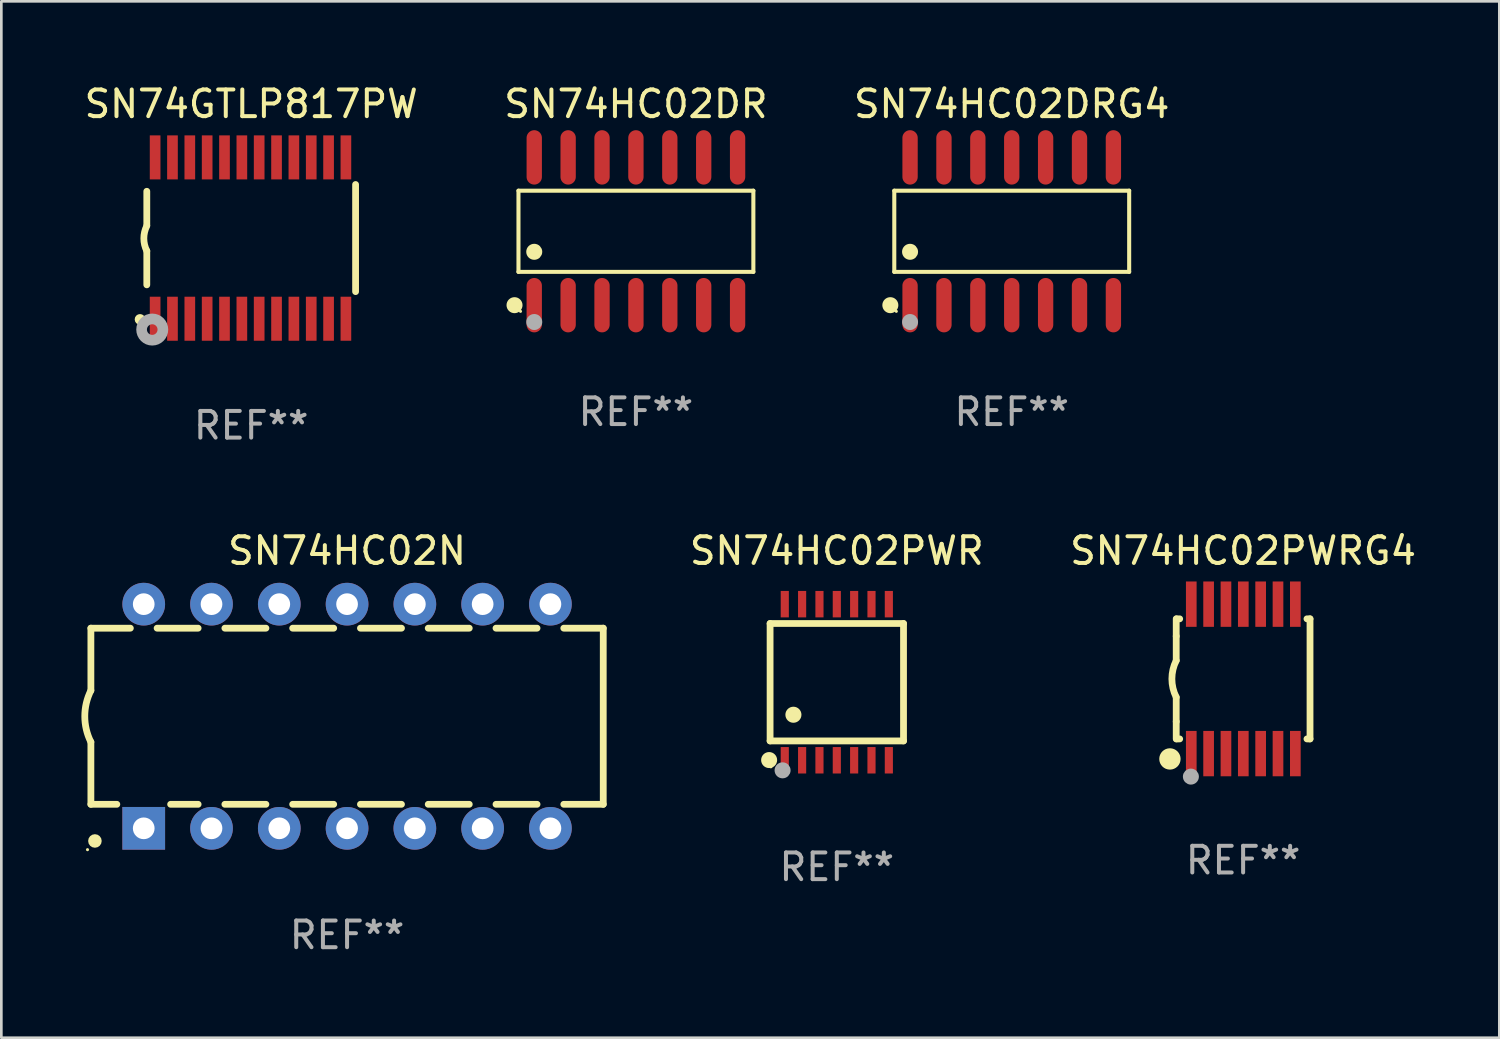
<source format=kicad_pcb>
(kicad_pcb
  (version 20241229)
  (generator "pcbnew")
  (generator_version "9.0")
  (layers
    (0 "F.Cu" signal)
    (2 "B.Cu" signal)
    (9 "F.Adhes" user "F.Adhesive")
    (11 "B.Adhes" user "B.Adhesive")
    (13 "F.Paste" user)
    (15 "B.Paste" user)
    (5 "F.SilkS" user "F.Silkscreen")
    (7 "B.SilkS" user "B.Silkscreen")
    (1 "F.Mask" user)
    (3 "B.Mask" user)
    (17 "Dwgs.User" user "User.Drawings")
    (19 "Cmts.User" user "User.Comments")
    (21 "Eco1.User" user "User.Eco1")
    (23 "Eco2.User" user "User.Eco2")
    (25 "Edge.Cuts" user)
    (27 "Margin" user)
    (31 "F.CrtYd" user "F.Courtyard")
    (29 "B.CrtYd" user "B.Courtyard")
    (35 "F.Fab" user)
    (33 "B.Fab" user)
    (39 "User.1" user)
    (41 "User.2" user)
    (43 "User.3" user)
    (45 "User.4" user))
  (footprint "SN74HC02PWR"
    (layer "F.Cu")
    (at 28.308 22.515)
    (property "Reference" "SN74HC02PWR" (at 0 -4.925 0) (layer "F.SilkS") (effects (font (size 1 1) (thickness 0.15))))
    (attr through_hole)
    (fp_line (start -2.5 2.2) (end -2.5 -2.2) (stroke (width 0.254) (type solid)) (layer "F.SilkS"))
    (fp_line (start -2.5 2.2) (end 2.5 2.2) (stroke (width 0.254) (type solid)) (layer "F.SilkS"))
    (fp_line (start 2.5 -2.2) (end -2.5 -2.2) (stroke (width 0.254) (type solid)) (layer "F.SilkS"))
    (fp_line (start 2.5 -2.2) (end 2.5 2.2) (stroke (width 0.254) (type solid)) (layer "F.SilkS"))
    (fp_circle (center -2.536 2.917) (end -2.386 2.917) (stroke (width 0.3) (type solid)) (fill no) (layer "F.SilkS"))
    (fp_circle (center -2.47 3.17) (end -2.44 3.17) (stroke (width 0.06) (type solid)) (fill no) (layer "F.SilkS"))
    (fp_circle (center -1.626 1.219) (end -1.475 1.219) (stroke (width 0.3) (type solid)) (fill no) (layer "F.SilkS"))
    (fp_circle (center -2.032 3.302) (end -1.882 3.302) (stroke (width 0.3) (type solid)) (fill no) (layer "F.Fab"))
    (fp_text user "REF**" (at 0 6.925 0) (layer "F.Fab") (effects (font (size 1 1) (thickness 0.15))))
    (pad "1" smd rect (at -1.95 2.925) (size 0.305 0.991) (layers "F.Cu" "F.Mask" "F.Paste"))
    (pad "2" smd rect (at -1.3 2.925) (size 0.305 0.991) (layers "F.Cu" "F.Mask" "F.Paste"))
    (pad "3" smd rect (at -0.65 2.925) (size 0.305 0.991) (layers "F.Cu" "F.Mask" "F.Paste"))
    (pad "4" smd rect (at 0 2.925) (size 0.305 0.991) (layers "F.Cu" "F.Mask" "F.Paste"))
    (pad "5" smd rect (at 0.65 2.925) (size 0.305 0.991) (layers "F.Cu" "F.Mask" "F.Paste"))
    (pad "6" smd rect (at 1.3 2.925) (size 0.305 0.991) (layers "F.Cu" "F.Mask" "F.Paste"))
    (pad "7" smd rect (at 1.95 2.925) (size 0.305 0.991) (layers "F.Cu" "F.Mask" "F.Paste"))
    (pad "8" smd rect (at 1.95 -2.925) (size 0.305 0.991) (layers "F.Cu" "F.Mask" "F.Paste"))
    (pad "9" smd rect (at 1.3 -2.925) (size 0.305 0.991) (layers "F.Cu" "F.Mask" "F.Paste"))
    (pad "10" smd rect (at 0.65 -2.925) (size 0.305 0.991) (layers "F.Cu" "F.Mask" "F.Paste"))
    (pad "11" smd rect (at 0 -2.925) (size 0.305 0.991) (layers "F.Cu" "F.Mask" "F.Paste"))
    (pad "12" smd rect (at -0.65 -2.925) (size 0.305 0.991) (layers "F.Cu" "F.Mask" "F.Paste"))
    (pad "13" smd rect (at -1.3 -2.925) (size 0.305 0.991) (layers "F.Cu" "F.Mask" "F.Paste"))
    (pad "14" smd rect (at -1.95 -2.925) (size 0.305 0.991) (layers "F.Cu" "F.Mask" "F.Paste")))
  (footprint "SN74HC02DR"
    (layer "F.Cu")
    (at 20.78 5.617)
    (property "Reference" "SN74HC02DR" (at 0 -4.769 0) (layer "F.SilkS") (effects (font (size 1 1) (thickness 0.15))))
    (attr through_hole)
    (fp_line (start -4.401 -1.521) (end 4.401 -1.521) (stroke (width 0.152) (type solid)) (layer "F.SilkS"))
    (fp_line (start -4.401 1.521) (end -4.401 -1.521) (stroke (width 0.152) (type solid)) (layer "F.SilkS"))
    (fp_line (start 4.401 -1.521) (end 4.401 1.521) (stroke (width 0.152) (type solid)) (layer "F.SilkS"))
    (fp_line (start 4.401 1.521) (end -4.401 1.521) (stroke (width 0.152) (type solid)) (layer "F.SilkS"))
    (fp_circle (center -4.549 2.769) (end -4.399 2.769) (stroke (width 0.3) (type solid)) (fill no) (layer "F.SilkS"))
    (fp_circle (center -4.325 3) (end -4.295 3) (stroke (width 0.06) (type solid)) (fill no) (layer "F.SilkS"))
    (fp_circle (center -3.81 0.769) (end -3.66 0.769) (stroke (width 0.3) (type solid)) (fill no) (layer "F.SilkS"))
    (fp_circle (center -3.81 3.4) (end -3.66 3.4) (stroke (width 0.3) (type solid)) (fill no) (layer "F.Fab"))
    (fp_text user "REF**" (at 0 6.769 0) (layer "F.Fab") (effects (font (size 1 1) (thickness 0.15))))
    (pad "1" smd oval (at -3.81 2.769) (size 0.574 2.038) (layers "F.Cu" "F.Mask" "F.Paste"))
    (pad "2" smd oval (at -2.54 2.769) (size 0.574 2.038) (layers "F.Cu" "F.Mask" "F.Paste"))
    (pad "3" smd oval (at -1.27 2.769) (size 0.574 2.038) (layers "F.Cu" "F.Mask" "F.Paste"))
    (pad "4" smd oval (at 0 2.769) (size 0.574 2.038) (layers "F.Cu" "F.Mask" "F.Paste"))
    (pad "5" smd oval (at 1.27 2.769) (size 0.574 2.038) (layers "F.Cu" "F.Mask" "F.Paste"))
    (pad "6" smd oval (at 2.54 2.769) (size 0.574 2.038) (layers "F.Cu" "F.Mask" "F.Paste"))
    (pad "7" smd oval (at 3.81 2.769) (size 0.574 2.038) (layers "F.Cu" "F.Mask" "F.Paste"))
    (pad "8" smd oval (at 3.81 -2.769) (size 0.574 2.038) (layers "F.Cu" "F.Mask" "F.Paste"))
    (pad "9" smd oval (at 2.54 -2.769) (size 0.574 2.038) (layers "F.Cu" "F.Mask" "F.Paste"))
    (pad "10" smd oval (at 1.27 -2.769) (size 0.574 2.038) (layers "F.Cu" "F.Mask" "F.Paste"))
    (pad "11" smd oval (at 0 -2.769) (size 0.574 2.038) (layers "F.Cu" "F.Mask" "F.Paste"))
    (pad "12" smd oval (at -1.27 -2.769) (size 0.574 2.038) (layers "F.Cu" "F.Mask" "F.Paste"))
    (pad "13" smd oval (at -2.54 -2.769) (size 0.574 2.038) (layers "F.Cu" "F.Mask" "F.Paste"))
    (pad "14" smd oval (at -3.81 -2.769) (size 0.574 2.038) (layers "F.Cu" "F.Mask" "F.Paste")))
  (footprint "SN74HC02PWRG4"
    (layer "F.Cu")
    (at 43.534 22.39)
    (property "Reference" "SN74HC02PWRG4" (at 0 -4.8 0) (layer "F.SilkS") (effects (font (size 1 1) (thickness 0.15))))
    (attr through_hole)
    (fp_line (start -2.507 -1.6) (end -2.507 -2.25) (stroke (width 0.254) (type solid)) (layer "F.SilkS"))
    (fp_line (start -2.507 -0.686) (end -2.507 -1.6) (stroke (width 0.254) (type solid)) (layer "F.SilkS"))
    (fp_line (start -2.507 1.6) (end -2.507 0.686) (stroke (width 0.254) (type solid)) (layer "F.SilkS"))
    (fp_line (start -2.507 1.6) (end -2.507 2.25) (stroke (width 0.254) (type solid)) (layer "F.SilkS"))
    (fp_line (start -2.493 -2.25) (end -2.377 -2.25) (stroke (width 0.254) (type solid)) (layer "F.SilkS"))
    (fp_line (start -2.377 2.25) (end -2.493 2.25) (stroke (width 0.254) (type solid)) (layer "F.SilkS"))
    (fp_line (start 2.392 -2.25) (end 2.507 -2.25) (stroke (width 0.254) (type solid)) (layer "F.SilkS"))
    (fp_line (start 2.507 -2.25) (end 2.507 2.25) (stroke (width 0.254) (type solid)) (layer "F.SilkS"))
    (fp_line (start 2.507 2.25) (end 2.392 2.25) (stroke (width 0.254) (type solid)) (layer "F.SilkS"))
    (fp_arc (start -2.507303 0.685802) (mid -2.669199 0) (end -2.507303 -0.685801) (stroke (width 0.254001) (type solid)) (layer "F.SilkS"))
    (fp_circle (center -2.743 3) (end -2.543 3) (stroke (width 0.4) (type solid)) (fill no) (layer "F.SilkS"))
    (fp_circle (center -2.493 3.2) (end -2.463 3.2) (stroke (width 0.06) (type solid)) (fill no) (layer "F.SilkS"))
    (fp_circle (center -1.957 3.662) (end -1.807 3.662) (stroke (width 0.3) (type solid)) (fill no) (layer "F.Fab"))
    (fp_text user "REF**" (at 0 6.8 0) (layer "F.Fab") (effects (font (size 1 1) (thickness 0.15))))
    (pad "1" smd rect (at -1.943 2.8) (size 0.4 1.7) (layers "F.Cu" "F.Mask" "F.Paste"))
    (pad "2" smd rect (at -1.293 2.8) (size 0.4 1.7) (layers "F.Cu" "F.Mask" "F.Paste"))
    (pad "3" smd rect (at -0.643 2.8) (size 0.4 1.7) (layers "F.Cu" "F.Mask" "F.Paste"))
    (pad "4" smd rect (at 0.007 2.8) (size 0.4 1.7) (layers "F.Cu" "F.Mask" "F.Paste"))
    (pad "5" smd rect (at 0.657 2.8) (size 0.4 1.7) (layers "F.Cu" "F.Mask" "F.Paste"))
    (pad "6" smd rect (at 1.307 2.8) (size 0.4 1.7) (layers "F.Cu" "F.Mask" "F.Paste"))
    (pad "7" smd rect (at 1.957 2.8) (size 0.4 1.7) (layers "F.Cu" "F.Mask" "F.Paste"))
    (pad "8" smd rect (at 1.957 -2.8) (size 0.4 1.7) (layers "F.Cu" "F.Mask" "F.Paste"))
    (pad "9" smd rect (at 1.307 -2.8) (size 0.4 1.7) (layers "F.Cu" "F.Mask" "F.Paste"))
    (pad "10" smd rect (at 0.657 -2.8) (size 0.4 1.7) (layers "F.Cu" "F.Mask" "F.Paste"))
    (pad "11" smd rect (at 0.007 -2.8) (size 0.4 1.7) (layers "F.Cu" "F.Mask" "F.Paste"))
    (pad "12" smd rect (at -0.643 -2.8) (size 0.4 1.7) (layers "F.Cu" "F.Mask" "F.Paste"))
    (pad "13" smd rect (at -1.293 -2.8) (size 0.4 1.7) (layers "F.Cu" "F.Mask" "F.Paste"))
    (pad "14" smd rect (at -1.943 -2.8) (size 0.4 1.7) (layers "F.Cu" "F.Mask" "F.Paste")))
  (footprint "SN74HC02N"
    (layer "F.Cu")
    (at 9.956 23.79)
    (property "Reference" "SN74HC02N" (at 0 -6.2 0) (layer "F.SilkS") (effects (font (size 1 1) (thickness 0.15))))
    (attr through_hole)
    (fp_line (start -9.6 -3.3) (end -9.6 -0.965) (stroke (width 0.254) (type solid)) (layer "F.SilkS"))
    (fp_line (start -9.6 -3.3) (end -8.121 -3.3) (stroke (width 0.254) (type solid)) (layer "F.SilkS"))
    (fp_line (start -9.6 3.3) (end -9.6 0.965) (stroke (width 0.254) (type solid)) (layer "F.SilkS"))
    (fp_line (start -9.6 3.3) (end -8.628 3.3) (stroke (width 0.254) (type solid)) (layer "F.SilkS"))
    (fp_line (start -7.119 -3.3) (end -5.581 -3.3) (stroke (width 0.254) (type solid)) (layer "F.SilkS"))
    (fp_line (start -6.612 3.3) (end -5.581 3.3) (stroke (width 0.254) (type solid)) (layer "F.SilkS"))
    (fp_line (start -4.579 -3.3) (end -3.041 -3.3) (stroke (width 0.254) (type solid)) (layer "F.SilkS"))
    (fp_line (start -4.579 3.3) (end -3.041 3.3) (stroke (width 0.254) (type solid)) (layer "F.SilkS"))
    (fp_line (start -2.039 -3.3) (end -0.501 -3.3) (stroke (width 0.254) (type solid)) (layer "F.SilkS"))
    (fp_line (start -2.039 3.3) (end -0.501 3.3) (stroke (width 0.254) (type solid)) (layer "F.SilkS"))
    (fp_line (start 0.501 -3.3) (end 2.039 -3.3) (stroke (width 0.254) (type solid)) (layer "F.SilkS"))
    (fp_line (start 0.501 3.3) (end 2.039 3.3) (stroke (width 0.254) (type solid)) (layer "F.SilkS"))
    (fp_line (start 3.041 -3.3) (end 4.579 -3.3) (stroke (width 0.254) (type solid)) (layer "F.SilkS"))
    (fp_line (start 3.041 3.3) (end 4.579 3.3) (stroke (width 0.254) (type solid)) (layer "F.SilkS"))
    (fp_line (start 5.581 -3.3) (end 7.119 -3.3) (stroke (width 0.254) (type solid)) (layer "F.SilkS"))
    (fp_line (start 5.581 3.3) (end 7.119 3.3) (stroke (width 0.254) (type solid)) (layer "F.SilkS"))
    (fp_line (start 8.121 -3.3) (end 9.6 -3.3) (stroke (width 0.254) (type solid)) (layer "F.SilkS"))
    (fp_line (start 8.121 3.3) (end 9.6 3.3) (stroke (width 0.254) (type solid)) (layer "F.SilkS"))
    (fp_line (start 9.6 -3.3) (end 9.6 3.3) (stroke (width 0.254) (type solid)) (layer "F.SilkS"))
    (fp_arc (start -9.601219 0.965202) (mid -9.828641 -0.00004) (end -9.600025 -0.964999) (stroke (width 0.254001) (type solid)) (layer "F.SilkS"))
    (fp_circle (center -9.727 5) (end -9.697 5) (stroke (width 0.06) (type solid)) (fill no) (layer "F.SilkS"))
    (fp_circle (center -9.449 4.674) (end -9.322 4.674) (stroke (width 0.254) (type solid)) (fill no) (layer "F.SilkS"))
    (fp_text user "REF**" (at 0 8.2 0) (layer "F.Fab") (effects (font (size 1 1) (thickness 0.15))))
    (pad "1" thru_hole rect (at -7.62 4.2) (size 1.6 1.6) (drill 0.813) (layers "*.Cu" "*.Mask"))
    (pad "2" thru_hole circle (at -5.08 4.2) (size 1.6 1.6) (drill 0.813) (layers "*.Cu" "*.Mask"))
    (pad "3" thru_hole circle (at -2.54 4.2) (size 1.6 1.6) (drill 0.813) (layers "*.Cu" "*.Mask"))
    (pad "4" thru_hole circle (at 0 4.2) (size 1.6 1.6) (drill 0.813) (layers "*.Cu" "*.Mask"))
    (pad "5" thru_hole circle (at 2.54 4.2) (size 1.6 1.6) (drill 0.813) (layers "*.Cu" "*.Mask"))
    (pad "6" thru_hole circle (at 5.08 4.2) (size 1.6 1.6) (drill 0.813) (layers "*.Cu" "*.Mask"))
    (pad "7" thru_hole circle (at 7.62 4.2) (size 1.6 1.6) (drill 0.813) (layers "*.Cu" "*.Mask"))
    (pad "8" thru_hole circle (at 7.62 -4.2) (size 1.6 1.6) (drill 0.813) (layers "*.Cu" "*.Mask"))
    (pad "9" thru_hole circle (at 5.08 -4.2) (size 1.6 1.6) (drill 0.813) (layers "*.Cu" "*.Mask"))
    (pad "10" thru_hole circle (at 2.54 -4.2) (size 1.6 1.6) (drill 0.813) (layers "*.Cu" "*.Mask"))
    (pad "11" thru_hole circle (at 0 -4.2) (size 1.6 1.6) (drill 0.813) (layers "*.Cu" "*.Mask"))
    (pad "12" thru_hole circle (at -2.54 -4.2) (size 1.6 1.6) (drill 0.813) (layers "*.Cu" "*.Mask"))
    (pad "13" thru_hole circle (at -5.08 -4.2) (size 1.6 1.6) (drill 0.813) (layers "*.Cu" "*.Mask"))
    (pad "14" thru_hole circle (at -7.62 -4.2) (size 1.6 1.6) (drill 0.813) (layers "*.Cu" "*.Mask")))
  (footprint "SN74HC02DRG4"
    (layer "F.Cu")
    (at 34.863 5.617)
    (property "Reference" "SN74HC02DRG4" (at 0 -4.769 0) (layer "F.SilkS") (effects (font (size 1 1) (thickness 0.15))))
    (attr through_hole)
    (fp_line (start -4.401 -1.521) (end 4.401 -1.521) (stroke (width 0.152) (type solid)) (layer "F.SilkS"))
    (fp_line (start -4.401 1.521) (end -4.401 -1.521) (stroke (width 0.152) (type solid)) (layer "F.SilkS"))
    (fp_line (start 4.401 -1.521) (end 4.401 1.521) (stroke (width 0.152) (type solid)) (layer "F.SilkS"))
    (fp_line (start 4.401 1.521) (end -4.401 1.521) (stroke (width 0.152) (type solid)) (layer "F.SilkS"))
    (fp_circle (center -4.549 2.769) (end -4.399 2.769) (stroke (width 0.3) (type solid)) (fill no) (layer "F.SilkS"))
    (fp_circle (center -4.325 3) (end -4.295 3) (stroke (width 0.06) (type solid)) (fill no) (layer "F.SilkS"))
    (fp_circle (center -3.81 0.769) (end -3.66 0.769) (stroke (width 0.3) (type solid)) (fill no) (layer "F.SilkS"))
    (fp_circle (center -3.81 3.4) (end -3.66 3.4) (stroke (width 0.3) (type solid)) (fill no) (layer "F.Fab"))
    (fp_text user "REF**" (at 0 6.769 0) (layer "F.Fab") (effects (font (size 1 1) (thickness 0.15))))
    (pad "1" smd oval (at -3.81 2.769) (size 0.574 2.038) (layers "F.Cu" "F.Mask" "F.Paste"))
    (pad "2" smd oval (at -2.54 2.769) (size 0.574 2.038) (layers "F.Cu" "F.Mask" "F.Paste"))
    (pad "3" smd oval (at -1.27 2.769) (size 0.574 2.038) (layers "F.Cu" "F.Mask" "F.Paste"))
    (pad "4" smd oval (at 0 2.769) (size 0.574 2.038) (layers "F.Cu" "F.Mask" "F.Paste"))
    (pad "5" smd oval (at 1.27 2.769) (size 0.574 2.038) (layers "F.Cu" "F.Mask" "F.Paste"))
    (pad "6" smd oval (at 2.54 2.769) (size 0.574 2.038) (layers "F.Cu" "F.Mask" "F.Paste"))
    (pad "7" smd oval (at 3.81 2.769) (size 0.574 2.038) (layers "F.Cu" "F.Mask" "F.Paste"))
    (pad "8" smd oval (at 3.81 -2.769) (size 0.574 2.038) (layers "F.Cu" "F.Mask" "F.Paste"))
    (pad "9" smd oval (at 2.54 -2.769) (size 0.574 2.038) (layers "F.Cu" "F.Mask" "F.Paste"))
    (pad "10" smd oval (at 1.27 -2.769) (size 0.574 2.038) (layers "F.Cu" "F.Mask" "F.Paste"))
    (pad "11" smd oval (at 0 -2.769) (size 0.574 2.038) (layers "F.Cu" "F.Mask" "F.Paste"))
    (pad "12" smd oval (at -1.27 -2.769) (size 0.574 2.038) (layers "F.Cu" "F.Mask" "F.Paste"))
    (pad "13" smd oval (at -2.54 -2.769) (size 0.574 2.038) (layers "F.Cu" "F.Mask" "F.Paste"))
    (pad "14" smd oval (at -3.81 -2.769) (size 0.574 2.038) (layers "F.Cu" "F.Mask" "F.Paste")))
  (footprint "SN74GTLP817PW"
    (layer "F.Cu")
    (at 6.363 5.871)
    (property "Reference" "SN74GTLP817PW" (at 0 -5.023 0) (layer "F.SilkS") (effects (font (size 1 1) (thickness 0.15))))
    (attr through_hole)
    (fp_line (start -3.912 -0.483) (end -3.912 -1.753) (stroke (width 0.254) (type solid)) (layer "F.SilkS"))
    (fp_line (start -3.912 1.753) (end -3.912 0.483) (stroke (width 0.254) (type solid)) (layer "F.SilkS"))
    (fp_line (start 3.912 -2.007) (end 3.912 2.007) (stroke (width 0.254) (type solid)) (layer "F.SilkS"))
    (fp_arc (start -3.911608 0.482601) (mid -4.022537 0.0127) (end -3.911608 -0.457201) (stroke (width 0.254001) (type solid)) (layer "F.SilkS"))
    (fp_circle (center -4.166 3.048) (end -4.066 3.048) (stroke (width 0.2) (type solid)) (fill no) (layer "F.SilkS"))
    (fp_circle (center -3.925 3.186) (end -3.895 3.186) (stroke (width 0.06) (type solid)) (fill no) (layer "F.SilkS"))
    (fp_circle (center -3.708 3.429) (end -3.509 3.429) (stroke (width 0.4) (type solid)) (fill no) (layer "F.Fab"))
    (fp_text user "REF**" (at 0 7.023 0) (layer "F.Fab") (effects (font (size 1 1) (thickness 0.15))))
    (pad "1" smd rect (at -3.6 3.023) (size 0.4 1.65) (layers "F.Cu" "F.Mask" "F.Paste"))
    (pad "2" smd rect (at -2.95 3.023) (size 0.4 1.65) (layers "F.Cu" "F.Mask" "F.Paste"))
    (pad "3" smd rect (at -2.3 3.023) (size 0.4 1.65) (layers "F.Cu" "F.Mask" "F.Paste"))
    (pad "4" smd rect (at -1.65 3.023) (size 0.4 1.65) (layers "F.Cu" "F.Mask" "F.Paste"))
    (pad "5" smd rect (at -1 3.023) (size 0.4 1.65) (layers "F.Cu" "F.Mask" "F.Paste"))
    (pad "6" smd rect (at -0.35 3.023) (size 0.4 1.65) (layers "F.Cu" "F.Mask" "F.Paste"))
    (pad "7" smd rect (at 0.299 3.023) (size 0.4 1.65) (layers "F.Cu" "F.Mask" "F.Paste"))
    (pad "8" smd rect (at 0.95 3.023) (size 0.4 1.65) (layers "F.Cu" "F.Mask" "F.Paste"))
    (pad "9" smd rect (at 1.6 3.023) (size 0.4 1.65) (layers "F.Cu" "F.Mask" "F.Paste"))
    (pad "10" smd rect (at 2.25 3.023) (size 0.4 1.65) (layers "F.Cu" "F.Mask" "F.Paste"))
    (pad "11" smd rect (at 2.9 3.023) (size 0.4 1.65) (layers "F.Cu" "F.Mask" "F.Paste"))
    (pad "12" smd rect (at 3.549 3.023) (size 0.4 1.65) (layers "F.Cu" "F.Mask" "F.Paste"))
    (pad "13" smd rect (at 3.549 -3.023) (size 0.4 1.65) (layers "F.Cu" "F.Mask" "F.Paste"))
    (pad "14" smd rect (at 2.9 -3.023) (size 0.4 1.65) (layers "F.Cu" "F.Mask" "F.Paste"))
    (pad "15" smd rect (at 2.25 -3.023) (size 0.4 1.65) (layers "F.Cu" "F.Mask" "F.Paste"))
    (pad "16" smd rect (at 1.6 -3.023) (size 0.4 1.65) (layers "F.Cu" "F.Mask" "F.Paste"))
    (pad "17" smd rect (at 0.95 -3.023) (size 0.4 1.65) (layers "F.Cu" "F.Mask" "F.Paste"))
    (pad "18" smd rect (at 0.299 -3.023) (size 0.4 1.65) (layers "F.Cu" "F.Mask" "F.Paste"))
    (pad "19" smd rect (at -0.35 -3.023) (size 0.4 1.65) (layers "F.Cu" "F.Mask" "F.Paste"))
    (pad "20" smd rect (at -1 -3.023) (size 0.4 1.65) (layers "F.Cu" "F.Mask" "F.Paste"))
    (pad "21" smd rect (at -1.65 -3.023) (size 0.4 1.65) (layers "F.Cu" "F.Mask" "F.Paste"))
    (pad "22" smd rect (at -2.3 -3.023) (size 0.4 1.65) (layers "F.Cu" "F.Mask" "F.Paste"))
    (pad "23" smd rect (at -2.95 -3.023) (size 0.4 1.65) (layers "F.Cu" "F.Mask" "F.Paste"))
    (pad "24" smd rect (at -3.6 -3.023) (size 0.4 1.65) (layers "F.Cu" "F.Mask" "F.Paste")))
  (gr_rect
    (start -3 -3)
    (end 53.135 35.838)
    (stroke (width 0.1) (type default))
    (fill no)
    (layer "Edge.Cuts")))
</source>
